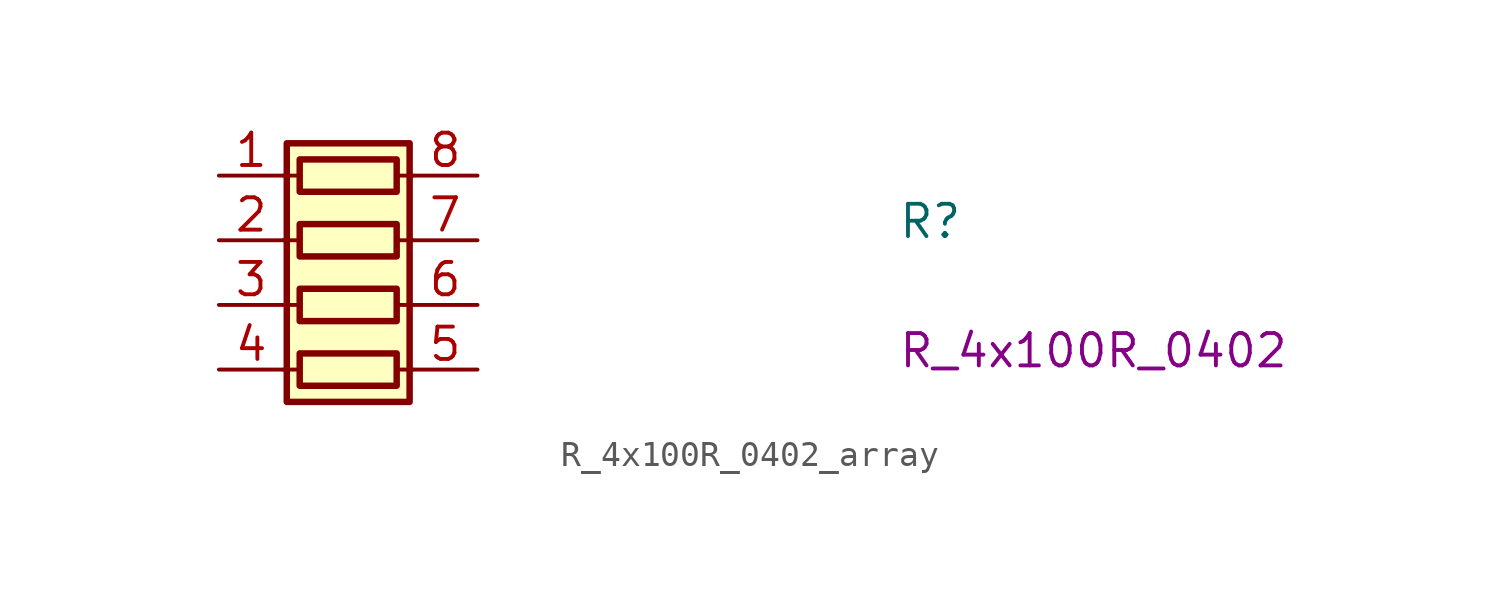
<source format=kicad_sym>
(kicad_symbol_lib
  (version 20220914)
  (generator kicad_symbol_editor)
  (symbol "R_4x100R_0402_array"
    (pin_names hide)
    (property "Reference" "R"
      (at 26.67 -2.54 0)
      (effects (font (size 1.27 1.27) (thickness 0.15)) (justify left bottom)))
    (property "Val" "R_4x100R_0402"
      (at 26.67 -7.62 0)
      (effects (font (size 1.27 1.27)) (justify left bottom)))
    (symbol "R_4x100R_0402_array_0_1"
      (polyline (pts (xy 2.54 -7.62) (xy 3.175 -7.62)) (stroke (width 0) (type default)) (fill (type none)))
      (polyline (pts (xy 2.54 -5.08) (xy 3.175 -5.08)) (stroke (width 0) (type default)) (fill (type none)))
      (polyline (pts (xy 2.54 -2.54) (xy 3.175 -2.54)) (stroke (width 0) (type default)) (fill (type none)))
      (polyline (pts (xy 2.54 0) (xy 3.175 0)) (stroke (width 0) (type default)) (fill (type none)))
      (polyline (pts (xy 6.985 -7.62) (xy 7.62 -7.62)) (stroke (width 0) (type default)) (fill (type none)))
      (polyline (pts (xy 6.985 -5.08) (xy 7.62 -5.08)) (stroke (width 0) (type default)) (fill (type none)))
      (polyline (pts (xy 6.985 -2.54) (xy 7.62 -2.54)) (stroke (width 0) (type default)) (fill (type none)))
      (polyline (pts (xy 6.985 0) (xy 7.62 0)) (stroke (width 0) (type default)) (fill (type none)))
      (rectangle (start 2.667 1.27) (end 7.493 -8.89) (stroke (width 0.254) (type default)) (fill (type background)))
      (rectangle (start 6.985 -6.985) (end 3.175 -8.255) (stroke (width 0.254) (type default)) (fill (type none)))
      (rectangle (start 6.985 -4.445) (end 3.175 -5.715) (stroke (width 0.254) (type default)) (fill (type none)))
      (rectangle (start 6.985 -1.905) (end 3.175 -3.175) (stroke (width 0.254) (type default)) (fill (type none)))
      (rectangle (start 6.985 0.635) (end 3.175 -0.635) (stroke (width 0.254) (type default)) (fill (type none))))
    (symbol "R_4x100R_0402_array_1_1"
      (pin passive line (at 0 0 0) (length 2.54) (name "R1.1" (effects (font (size 1.27 1.27)))) (number "1" (effects (font (size 1.27 1.27)))))
      (pin passive line (at 0 -2.54 0) (length 2.54) (name "R2.1" (effects (font (size 1.27 1.27)))) (number "2" (effects (font (size 1.27 1.27)))))
      (pin passive line (at 0 -5.08 0) (length 2.54) (name "R3.1" (effects (font (size 1.27 1.27)))) (number "3" (effects (font (size 1.27 1.27)))))
      (pin passive line (at 0 -7.62 0) (length 2.54) (name "R4.1" (effects (font (size 1.27 1.27)))) (number "4" (effects (font (size 1.27 1.27)))))
      (pin passive line (at 10.16 -7.62 180) (length 2.54) (name "R4.2" (effects (font (size 1.27 1.27)))) (number "5" (effects (font (size 1.27 1.27)))))
      (pin passive line (at 10.16 -5.08 180) (length 2.54) (name "R3.2" (effects (font (size 1.27 1.27)))) (number "6" (effects (font (size 1.27 1.27)))))
      (pin passive line (at 10.16 -2.54 180) (length 2.54) (name "R2.2" (effects (font (size 1.27 1.27)))) (number "7" (effects (font (size 1.27 1.27)))))
      (pin passive line (at 10.16 0 180) (length 2.54) (name "R1.2" (effects (font (size 1.27 1.27)))) (number "8" (effects (font (size 1.27 1.27))))))))
</source>
